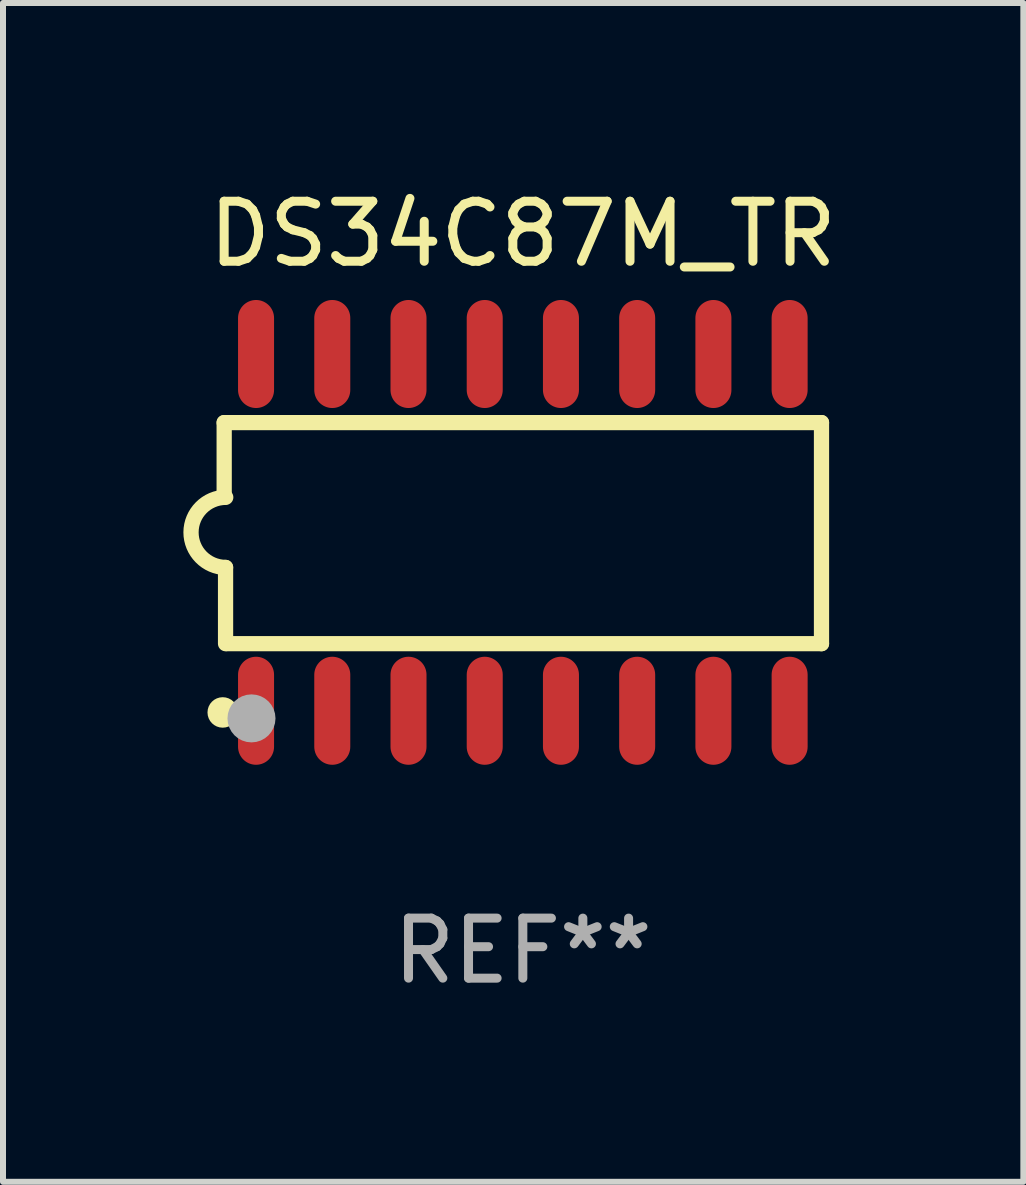
<source format=kicad_pcb>
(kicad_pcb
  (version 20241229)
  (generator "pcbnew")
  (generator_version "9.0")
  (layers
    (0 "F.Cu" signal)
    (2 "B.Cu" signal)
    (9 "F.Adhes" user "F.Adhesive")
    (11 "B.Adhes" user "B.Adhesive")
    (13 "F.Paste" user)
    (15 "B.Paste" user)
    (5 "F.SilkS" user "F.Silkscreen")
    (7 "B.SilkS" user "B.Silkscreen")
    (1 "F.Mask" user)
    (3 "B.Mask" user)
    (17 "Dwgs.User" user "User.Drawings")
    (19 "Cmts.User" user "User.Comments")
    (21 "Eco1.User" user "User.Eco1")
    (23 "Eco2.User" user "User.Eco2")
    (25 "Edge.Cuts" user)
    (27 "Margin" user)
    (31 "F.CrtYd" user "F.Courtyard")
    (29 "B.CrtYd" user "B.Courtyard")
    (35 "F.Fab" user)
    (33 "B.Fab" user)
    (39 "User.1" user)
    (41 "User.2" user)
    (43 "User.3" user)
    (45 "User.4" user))
  (footprint "DS34C87M_TR"
    (layer "F.Cu")
    (at 5.661 5.82)
    (property "Reference" "DS34C87M_TR" (at 0 -4.972 0) (layer "F.SilkS") (effects (font (size 1 1) (thickness 0.15))))
    (attr through_hole)
    (fp_line (start -4.976 -1.829) (end -4.976 -0.584) (stroke (width 0.254) (type solid)) (layer "F.SilkS"))
    (fp_line (start -4.953 0.584) (end -4.953 1.854) (stroke (width 0.254) (type solid)) (layer "F.SilkS"))
    (fp_line (start -4.928 1.854) (end 4.976 1.854) (stroke (width 0.254) (type solid)) (layer "F.SilkS"))
    (fp_line (start 4.976 -1.829) (end -4.976 -1.829) (stroke (width 0.254) (type solid)) (layer "F.SilkS"))
    (fp_line (start 4.976 1.854) (end 4.976 -1.829) (stroke (width 0.254) (type solid)) (layer "F.SilkS"))
    (fp_arc (start -4.95301 0.584201) (mid -5.533866 -0.00152) (end -4.950088 -0.584329) (stroke (width 0.254001) (type solid)) (layer "F.SilkS"))
    (fp_circle (center -5 3) (end -4.873 3) (stroke (width 0.254) (type solid)) (fill no) (layer "F.SilkS"))
    (fp_circle (center -4.521 3.099) (end -4.321 3.099) (stroke (width 0.4) (type solid)) (fill no) (layer "F.Fab"))
    (fp_text user "REF**" (at 0 6.972 0) (layer "F.Fab") (effects (font (size 1 1) (thickness 0.15))))
    (pad "1" smd oval (at -4.445 2.972 180) (size 0.6 1.8) (layers "F.Cu" "F.Mask" "F.Paste"))
    (pad "2" smd oval (at -3.175 2.972 180) (size 0.6 1.8) (layers "F.Cu" "F.Mask" "F.Paste"))
    (pad "3" smd oval (at -1.905 2.972 180) (size 0.6 1.8) (layers "F.Cu" "F.Mask" "F.Paste"))
    (pad "4" smd oval (at -0.635 2.972 180) (size 0.6 1.8) (layers "F.Cu" "F.Mask" "F.Paste"))
    (pad "5" smd oval (at 0.635 2.972 180) (size 0.6 1.8) (layers "F.Cu" "F.Mask" "F.Paste"))
    (pad "6" smd oval (at 1.905 2.972 180) (size 0.6 1.8) (layers "F.Cu" "F.Mask" "F.Paste"))
    (pad "7" smd oval (at 3.175 2.972 180) (size 0.6 1.8) (layers "F.Cu" "F.Mask" "F.Paste"))
    (pad "8" smd oval (at 4.445 2.972 180) (size 0.6 1.8) (layers "F.Cu" "F.Mask" "F.Paste"))
    (pad "9" smd oval (at 4.445 -2.972 180) (size 0.6 1.8) (layers "F.Cu" "F.Mask" "F.Paste"))
    (pad "10" smd oval (at 3.175 -2.972 180) (size 0.6 1.8) (layers "F.Cu" "F.Mask" "F.Paste"))
    (pad "11" smd oval (at 1.905 -2.972 180) (size 0.6 1.8) (layers "F.Cu" "F.Mask" "F.Paste"))
    (pad "12" smd oval (at 0.635 -2.972 180) (size 0.6 1.8) (layers "F.Cu" "F.Mask" "F.Paste"))
    (pad "13" smd oval (at -0.635 -2.972 180) (size 0.6 1.8) (layers "F.Cu" "F.Mask" "F.Paste"))
    (pad "14" smd oval (at -1.905 -2.972 180) (size 0.6 1.8) (layers "F.Cu" "F.Mask" "F.Paste"))
    (pad "15" smd oval (at -3.175 -2.972 180) (size 0.6 1.8) (layers "F.Cu" "F.Mask" "F.Paste"))
    (pad "16" smd oval (at -4.445 -2.972 180) (size 0.6 1.8) (layers "F.Cu" "F.Mask" "F.Paste")))
  (gr_rect
    (start -3 -3)
    (end 14 16.64)
    (stroke (width 0.1) (type default))
    (fill no)
    (layer "Edge.Cuts")))
</source>
